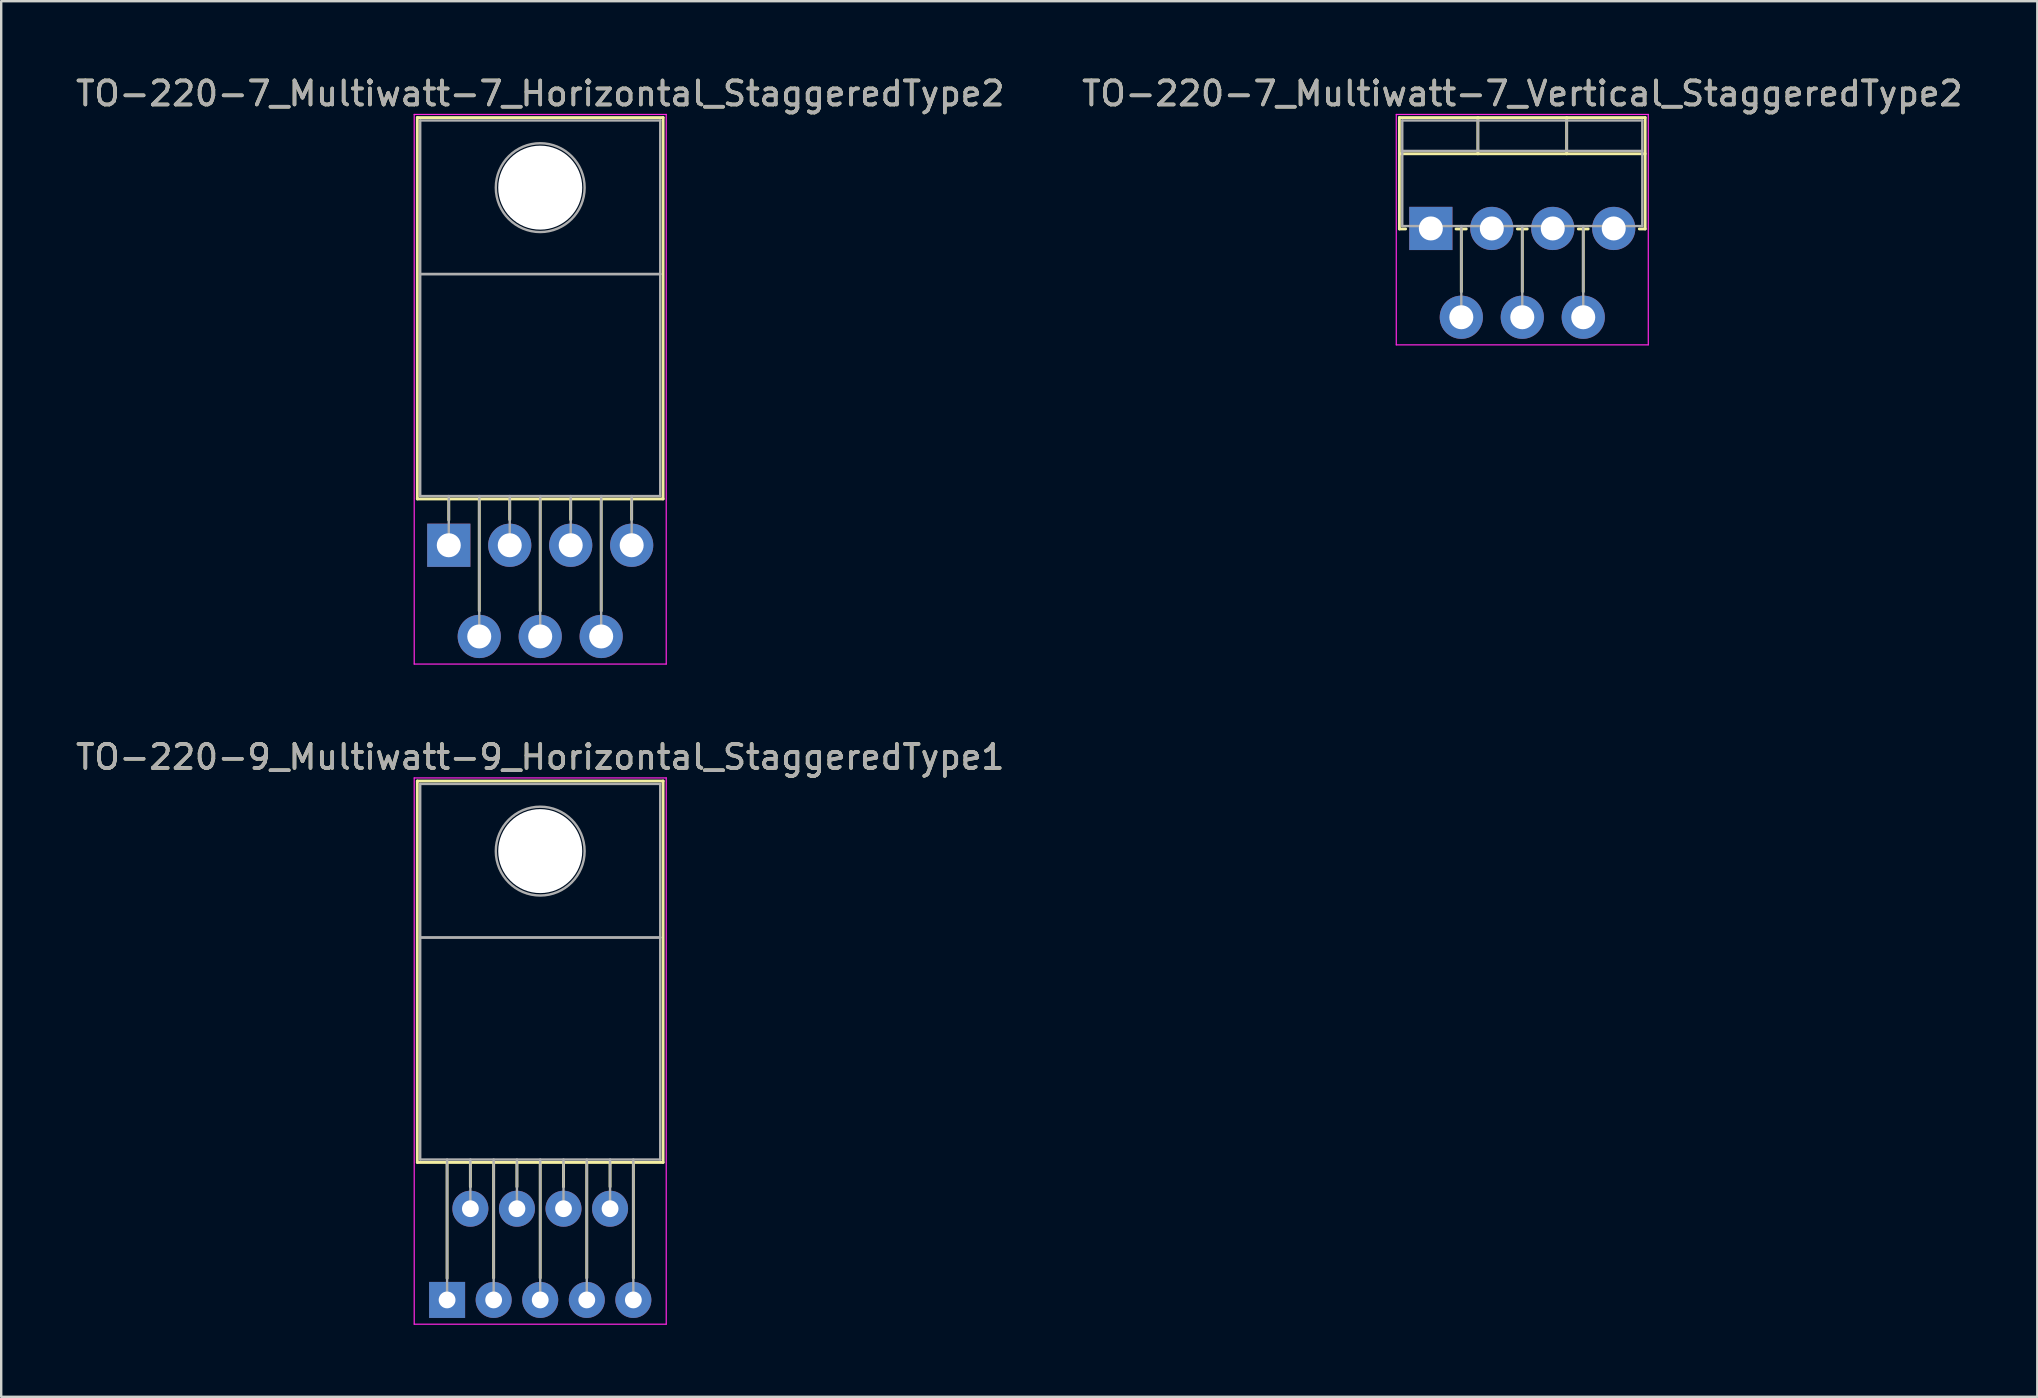
<source format=kicad_pcb>
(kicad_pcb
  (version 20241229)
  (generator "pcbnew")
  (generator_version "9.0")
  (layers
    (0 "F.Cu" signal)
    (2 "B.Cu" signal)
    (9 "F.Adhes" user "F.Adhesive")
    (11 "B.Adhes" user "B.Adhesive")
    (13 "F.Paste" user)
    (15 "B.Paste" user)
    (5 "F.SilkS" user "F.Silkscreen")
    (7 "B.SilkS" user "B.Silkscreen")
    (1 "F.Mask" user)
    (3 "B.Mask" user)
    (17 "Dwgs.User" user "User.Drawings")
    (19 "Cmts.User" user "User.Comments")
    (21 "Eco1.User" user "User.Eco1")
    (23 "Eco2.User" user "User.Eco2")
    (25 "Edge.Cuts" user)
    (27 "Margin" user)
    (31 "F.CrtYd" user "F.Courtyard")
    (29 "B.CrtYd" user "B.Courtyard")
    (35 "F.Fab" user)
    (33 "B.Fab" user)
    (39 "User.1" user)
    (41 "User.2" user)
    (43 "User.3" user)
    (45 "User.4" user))
  (footprint "TO-220-7_Multiwatt-7_Horizontal_StaggeredType2"
    (layer "F.Cu")
    (at 15.648 19.668)
    (property "Reference" "TO-220-7_Multiwatt-7_Horizontal_StaggeredType2" (at 3.81 -18.82 0) (layer "F.SilkS") (effects (font (size 1 1) (thickness 0.15))))
    (attr through_hole)
    (fp_line (start -1.31 -17.82) (end -1.31 -1.93) (stroke (width 0.12) (type solid)) (layer "F.SilkS"))
    (fp_line (start -1.31 -17.82) (end 8.93 -17.82) (stroke (width 0.12) (type solid)) (layer "F.SilkS"))
    (fp_line (start -1.31 -1.93) (end 8.93 -1.93) (stroke (width 0.12) (type solid)) (layer "F.SilkS"))
    (fp_line (start 0 -1.93) (end 0 -1.05) (stroke (width 0.12) (type solid)) (layer "F.SilkS"))
    (fp_line (start 1.27 -1.93) (end 1.27 2.735) (stroke (width 0.12) (type solid)) (layer "F.SilkS"))
    (fp_line (start 2.54 -1.93) (end 2.54 -1.066) (stroke (width 0.12) (type solid)) (layer "F.SilkS"))
    (fp_line (start 3.81 -1.93) (end 3.81 2.735) (stroke (width 0.12) (type solid)) (layer "F.SilkS"))
    (fp_line (start 5.08 -1.93) (end 5.08 -1.066) (stroke (width 0.12) (type solid)) (layer "F.SilkS"))
    (fp_line (start 6.35 -1.93) (end 6.35 2.735) (stroke (width 0.12) (type solid)) (layer "F.SilkS"))
    (fp_line (start 7.62 -1.93) (end 7.62 -1.066) (stroke (width 0.12) (type solid)) (layer "F.SilkS"))
    (fp_line (start 8.93 -17.82) (end 8.93 -1.93) (stroke (width 0.12) (type solid)) (layer "F.SilkS"))
    (fp_line (start -1.44 -17.95) (end -1.44 4.95) (stroke (width 0.05) (type solid)) (layer "F.CrtYd"))
    (fp_line (start -1.44 4.95) (end 9.06 4.95) (stroke (width 0.05) (type solid)) (layer "F.CrtYd"))
    (fp_line (start 9.06 -17.95) (end -1.44 -17.95) (stroke (width 0.05) (type solid)) (layer "F.CrtYd"))
    (fp_line (start 9.06 4.95) (end 9.06 -17.95) (stroke (width 0.05) (type solid)) (layer "F.CrtYd"))
    (fp_line (start -1.19 -17.7) (end 8.81 -17.7) (stroke (width 0.1) (type solid)) (layer "F.Fab"))
    (fp_line (start -1.19 -11.3) (end -1.19 -17.7) (stroke (width 0.1) (type solid)) (layer "F.Fab"))
    (fp_line (start -1.19 -11.3) (end 8.81 -11.3) (stroke (width 0.1) (type solid)) (layer "F.Fab"))
    (fp_line (start -1.19 -2.05) (end -1.19 -11.3) (stroke (width 0.1) (type solid)) (layer "F.Fab"))
    (fp_line (start 0 -2.05) (end 0 0) (stroke (width 0.1) (type solid)) (layer "F.Fab"))
    (fp_line (start 1.27 -2.05) (end 1.27 3.8) (stroke (width 0.1) (type solid)) (layer "F.Fab"))
    (fp_line (start 2.54 -2.05) (end 2.54 0) (stroke (width 0.1) (type solid)) (layer "F.Fab"))
    (fp_line (start 3.81 -2.05) (end 3.81 3.8) (stroke (width 0.1) (type solid)) (layer "F.Fab"))
    (fp_line (start 5.08 -2.05) (end 5.08 0) (stroke (width 0.1) (type solid)) (layer "F.Fab"))
    (fp_line (start 6.35 -2.05) (end 6.35 3.8) (stroke (width 0.1) (type solid)) (layer "F.Fab"))
    (fp_line (start 7.62 -2.05) (end 7.62 0) (stroke (width 0.1) (type solid)) (layer "F.Fab"))
    (fp_line (start 8.81 -17.7) (end 8.81 -11.3) (stroke (width 0.1) (type solid)) (layer "F.Fab"))
    (fp_line (start 8.81 -11.3) (end -1.19 -11.3) (stroke (width 0.1) (type solid)) (layer "F.Fab"))
    (fp_line (start 8.81 -11.3) (end 8.81 -2.05) (stroke (width 0.1) (type solid)) (layer "F.Fab"))
    (fp_line (start 8.81 -2.05) (end -1.19 -2.05) (stroke (width 0.1) (type solid)) (layer "F.Fab"))
    (fp_circle (center 3.81 -14.9) (end 5.66 -14.9) (stroke (width 0.1) (type solid)) (fill no) (layer "F.Fab"))
    (fp_text user "${REFERENCE}" (at 3.81 -18.82 0) (layer "F.Fab") (effects (font (size 1 1) (thickness 0.15))))
    (pad "" np_thru_hole oval (at 3.81 -14.9) (size 3.5 3.5) (drill 3.5) (layers "*.Cu" "*.Mask"))
    (pad "1" thru_hole rect (at 0 0) (size 1.8 1.8) (drill 1) (layers "*.Cu" "*.Mask"))
    (pad "2" thru_hole oval (at 1.27 3.8) (size 1.8 1.8) (drill 1) (layers "*.Cu" "*.Mask"))
    (pad "3" thru_hole oval (at 2.54 0) (size 1.8 1.8) (drill 1) (layers "*.Cu" "*.Mask"))
    (pad "4" thru_hole oval (at 3.81 3.8) (size 1.8 1.8) (drill 1) (layers "*.Cu" "*.Mask"))
    (pad "5" thru_hole oval (at 5.08 0) (size 1.8 1.8) (drill 1) (layers "*.Cu" "*.Mask"))
    (pad "6" thru_hole oval (at 6.35 3.8) (size 1.8 1.8) (drill 1) (layers "*.Cu" "*.Mask"))
    (pad "7" thru_hole oval (at 7.62 0) (size 1.8 1.8) (drill 1) (layers "*.Cu" "*.Mask")))
  (footprint "TO-220-7_Multiwatt-7_Vertical_StaggeredType2"
    (layer "F.Cu")
    (at 56.565 6.468)
    (property "Reference" "TO-220-7_Multiwatt-7_Vertical_StaggeredType2" (at 3.81 -5.62 0) (layer "F.SilkS") (effects (font (size 1 1) (thickness 0.15))))
    (attr through_hole)
    (fp_line (start -1.31 -4.62) (end -1.31 0.021) (stroke (width 0.12) (type solid)) (layer "F.SilkS"))
    (fp_line (start -1.31 -4.62) (end 8.93 -4.62) (stroke (width 0.12) (type solid)) (layer "F.SilkS"))
    (fp_line (start -1.31 -3.111) (end 8.93 -3.111) (stroke (width 0.12) (type solid)) (layer "F.SilkS"))
    (fp_line (start -1.31 0.021) (end -1.05 0.021) (stroke (width 0.12) (type solid)) (layer "F.SilkS"))
    (fp_line (start 1.05 0.021) (end 1.475 0.021) (stroke (width 0.12) (type solid)) (layer "F.SilkS"))
    (fp_line (start 1.27 0.021) (end 1.27 2.635) (stroke (width 0.12) (type solid)) (layer "F.SilkS"))
    (fp_line (start 1.96 -4.62) (end 1.96 -3.111) (stroke (width 0.12) (type solid)) (layer "F.SilkS"))
    (fp_line (start 3.605 0.021) (end 4.016 0.021) (stroke (width 0.12) (type solid)) (layer "F.SilkS"))
    (fp_line (start 3.81 0.021) (end 3.81 2.635) (stroke (width 0.12) (type solid)) (layer "F.SilkS"))
    (fp_line (start 5.66 -4.62) (end 5.66 -3.111) (stroke (width 0.12) (type solid)) (layer "F.SilkS"))
    (fp_line (start 6.145 0.021) (end 6.555 0.021) (stroke (width 0.12) (type solid)) (layer "F.SilkS"))
    (fp_line (start 6.35 0.021) (end 6.35 2.635) (stroke (width 0.12) (type solid)) (layer "F.SilkS"))
    (fp_line (start 8.685 0.021) (end 8.93 0.021) (stroke (width 0.12) (type solid)) (layer "F.SilkS"))
    (fp_line (start 8.93 -4.62) (end 8.93 0.021) (stroke (width 0.12) (type solid)) (layer "F.SilkS"))
    (fp_line (start -1.44 -4.75) (end -1.44 4.85) (stroke (width 0.05) (type solid)) (layer "F.CrtYd"))
    (fp_line (start -1.44 4.85) (end 9.06 4.85) (stroke (width 0.05) (type solid)) (layer "F.CrtYd"))
    (fp_line (start 9.06 -4.75) (end -1.44 -4.75) (stroke (width 0.05) (type solid)) (layer "F.CrtYd"))
    (fp_line (start 9.06 4.85) (end 9.06 -4.75) (stroke (width 0.05) (type solid)) (layer "F.CrtYd"))
    (fp_line (start -1.19 -4.5) (end -1.19 -0.1) (stroke (width 0.1) (type solid)) (layer "F.Fab"))
    (fp_line (start -1.19 -3.23) (end 8.81 -3.23) (stroke (width 0.1) (type solid)) (layer "F.Fab"))
    (fp_line (start -1.19 -0.1) (end 8.81 -0.1) (stroke (width 0.1) (type solid)) (layer "F.Fab"))
    (fp_line (start 0 -0.1) (end 0 0) (stroke (width 0.1) (type solid)) (layer "F.Fab"))
    (fp_line (start 1.27 -0.1) (end 1.27 3.7) (stroke (width 0.1) (type solid)) (layer "F.Fab"))
    (fp_line (start 1.96 -4.5) (end 1.96 -3.23) (stroke (width 0.1) (type solid)) (layer "F.Fab"))
    (fp_line (start 2.54 -0.1) (end 2.54 0) (stroke (width 0.1) (type solid)) (layer "F.Fab"))
    (fp_line (start 3.81 -0.1) (end 3.81 3.7) (stroke (width 0.1) (type solid)) (layer "F.Fab"))
    (fp_line (start 5.08 -0.1) (end 5.08 0) (stroke (width 0.1) (type solid)) (layer "F.Fab"))
    (fp_line (start 5.66 -4.5) (end 5.66 -3.23) (stroke (width 0.1) (type solid)) (layer "F.Fab"))
    (fp_line (start 6.35 -0.1) (end 6.35 3.7) (stroke (width 0.1) (type solid)) (layer "F.Fab"))
    (fp_line (start 7.62 -0.1) (end 7.62 0) (stroke (width 0.1) (type solid)) (layer "F.Fab"))
    (fp_line (start 8.81 -4.5) (end -1.19 -4.5) (stroke (width 0.1) (type solid)) (layer "F.Fab"))
    (fp_line (start 8.81 -0.1) (end 8.81 -4.5) (stroke (width 0.1) (type solid)) (layer "F.Fab"))
    (fp_text user "${REFERENCE}" (at 3.81 -5.62 0) (layer "F.Fab") (effects (font (size 1 1) (thickness 0.15))))
    (pad "1" thru_hole rect (at 0 0) (size 1.8 1.8) (drill 1) (layers "*.Cu" "*.Mask"))
    (pad "2" thru_hole oval (at 1.27 3.7) (size 1.8 1.8) (drill 1) (layers "*.Cu" "*.Mask"))
    (pad "3" thru_hole oval (at 2.54 0) (size 1.8 1.8) (drill 1) (layers "*.Cu" "*.Mask"))
    (pad "4" thru_hole oval (at 3.81 3.7) (size 1.8 1.8) (drill 1) (layers "*.Cu" "*.Mask"))
    (pad "5" thru_hole oval (at 5.08 0) (size 1.8 1.8) (drill 1) (layers "*.Cu" "*.Mask"))
    (pad "6" thru_hole oval (at 6.35 3.7) (size 1.8 1.8) (drill 1) (layers "*.Cu" "*.Mask"))
    (pad "7" thru_hole oval (at 7.62 0) (size 1.8 1.8) (drill 1) (layers "*.Cu" "*.Mask")))
  (footprint "TO-220-9_Multiwatt-9_Horizontal_StaggeredType1"
    (layer "F.Cu")
    (at 15.578 51.111)
    (property "Reference" "TO-220-9_Multiwatt-9_Horizontal_StaggeredType1" (at 3.88 -22.62 0) (layer "F.SilkS") (effects (font (size 1 1) (thickness 0.15))))
    (attr through_hole)
    (fp_line (start -1.241 -21.62) (end -1.241 -5.73) (stroke (width 0.12) (type solid)) (layer "F.SilkS"))
    (fp_line (start -1.241 -21.62) (end 9 -21.62) (stroke (width 0.12) (type solid)) (layer "F.SilkS"))
    (fp_line (start -1.241 -5.73) (end 9 -5.73) (stroke (width 0.12) (type solid)) (layer "F.SilkS"))
    (fp_line (start 0 -5.73) (end 0 -0.9) (stroke (width 0.12) (type solid)) (layer "F.SilkS"))
    (fp_line (start 0.97 -5.73) (end 0.97 -4.716) (stroke (width 0.12) (type solid)) (layer "F.SilkS"))
    (fp_line (start 1.94 -5.73) (end 1.94 -0.915) (stroke (width 0.12) (type solid)) (layer "F.SilkS"))
    (fp_line (start 2.91 -5.73) (end 2.91 -4.716) (stroke (width 0.12) (type solid)) (layer "F.SilkS"))
    (fp_line (start 3.88 -5.73) (end 3.88 -0.915) (stroke (width 0.12) (type solid)) (layer "F.SilkS"))
    (fp_line (start 4.85 -5.73) (end 4.85 -4.716) (stroke (width 0.12) (type solid)) (layer "F.SilkS"))
    (fp_line (start 5.82 -5.73) (end 5.82 -0.915) (stroke (width 0.12) (type solid)) (layer "F.SilkS"))
    (fp_line (start 6.79 -5.73) (end 6.79 -4.716) (stroke (width 0.12) (type solid)) (layer "F.SilkS"))
    (fp_line (start 7.76 -5.73) (end 7.76 -0.915) (stroke (width 0.12) (type solid)) (layer "F.SilkS"))
    (fp_line (start 9 -21.62) (end 9 -5.73) (stroke (width 0.12) (type solid)) (layer "F.SilkS"))
    (fp_line (start -1.37 -21.75) (end -1.37 1.01) (stroke (width 0.05) (type solid)) (layer "F.CrtYd"))
    (fp_line (start -1.37 1.01) (end 9.13 1.01) (stroke (width 0.05) (type solid)) (layer "F.CrtYd"))
    (fp_line (start 9.13 -21.75) (end -1.37 -21.75) (stroke (width 0.05) (type solid)) (layer "F.CrtYd"))
    (fp_line (start 9.13 1.01) (end 9.13 -21.75) (stroke (width 0.05) (type solid)) (layer "F.CrtYd"))
    (fp_line (start -1.12 -21.5) (end 8.88 -21.5) (stroke (width 0.1) (type solid)) (layer "F.Fab"))
    (fp_line (start -1.12 -15.1) (end -1.12 -21.5) (stroke (width 0.1) (type solid)) (layer "F.Fab"))
    (fp_line (start -1.12 -15.1) (end 8.88 -15.1) (stroke (width 0.1) (type solid)) (layer "F.Fab"))
    (fp_line (start -1.12 -5.85) (end -1.12 -15.1) (stroke (width 0.1) (type solid)) (layer "F.Fab"))
    (fp_line (start 0 -5.85) (end 0 0) (stroke (width 0.1) (type solid)) (layer "F.Fab"))
    (fp_line (start 0.97 -5.85) (end 0.97 -3.8) (stroke (width 0.1) (type solid)) (layer "F.Fab"))
    (fp_line (start 1.94 -5.85) (end 1.94 0) (stroke (width 0.1) (type solid)) (layer "F.Fab"))
    (fp_line (start 2.91 -5.85) (end 2.91 -3.8) (stroke (width 0.1) (type solid)) (layer "F.Fab"))
    (fp_line (start 3.88 -5.85) (end 3.88 0) (stroke (width 0.1) (type solid)) (layer "F.Fab"))
    (fp_line (start 4.85 -5.85) (end 4.85 -3.8) (stroke (width 0.1) (type solid)) (layer "F.Fab"))
    (fp_line (start 5.82 -5.85) (end 5.82 0) (stroke (width 0.1) (type solid)) (layer "F.Fab"))
    (fp_line (start 6.79 -5.85) (end 6.79 -3.8) (stroke (width 0.1) (type solid)) (layer "F.Fab"))
    (fp_line (start 7.76 -5.85) (end 7.76 0) (stroke (width 0.1) (type solid)) (layer "F.Fab"))
    (fp_line (start 8.88 -21.5) (end 8.88 -15.1) (stroke (width 0.1) (type solid)) (layer "F.Fab"))
    (fp_line (start 8.88 -15.1) (end -1.12 -15.1) (stroke (width 0.1) (type solid)) (layer "F.Fab"))
    (fp_line (start 8.88 -15.1) (end 8.88 -5.85) (stroke (width 0.1) (type solid)) (layer "F.Fab"))
    (fp_line (start 8.88 -5.85) (end -1.12 -5.85) (stroke (width 0.1) (type solid)) (layer "F.Fab"))
    (fp_circle (center 3.88 -18.7) (end 5.73 -18.7) (stroke (width 0.1) (type solid)) (fill no) (layer "F.Fab"))
    (fp_text user "${REFERENCE}" (at 3.88 -22.62 0) (layer "F.Fab") (effects (font (size 1 1) (thickness 0.15))))
    (pad "" np_thru_hole oval (at 3.88 -18.7) (size 3.5 3.5) (drill 3.5) (layers "*.Cu" "*.Mask"))
    (pad "1" thru_hole rect (at 0 0) (size 1.5 1.5) (drill 0.7) (layers "*.Cu" "*.Mask"))
    (pad "2" thru_hole oval (at 0.97 -3.8) (size 1.5 1.5) (drill 0.7) (layers "*.Cu" "*.Mask"))
    (pad "3" thru_hole oval (at 1.94 0) (size 1.5 1.5) (drill 0.7) (layers "*.Cu" "*.Mask"))
    (pad "4" thru_hole oval (at 2.91 -3.8) (size 1.5 1.5) (drill 0.7) (layers "*.Cu" "*.Mask"))
    (pad "5" thru_hole oval (at 3.88 0) (size 1.5 1.5) (drill 0.7) (layers "*.Cu" "*.Mask"))
    (pad "6" thru_hole oval (at 4.85 -3.8) (size 1.5 1.5) (drill 0.7) (layers "*.Cu" "*.Mask"))
    (pad "7" thru_hole oval (at 5.82 0) (size 1.5 1.5) (drill 0.7) (layers "*.Cu" "*.Mask"))
    (pad "8" thru_hole oval (at 6.79 -3.8) (size 1.5 1.5) (drill 0.7) (layers "*.Cu" "*.Mask"))
    (pad "9" thru_hole oval (at 7.76 0) (size 1.5 1.5) (drill 0.7) (layers "*.Cu" "*.Mask")))
  (gr_rect
    (start -3 -3)
    (end 81.833 55.147)
    (stroke (width 0.1) (type default))
    (fill no)
    (layer "Edge.Cuts")))
</source>
